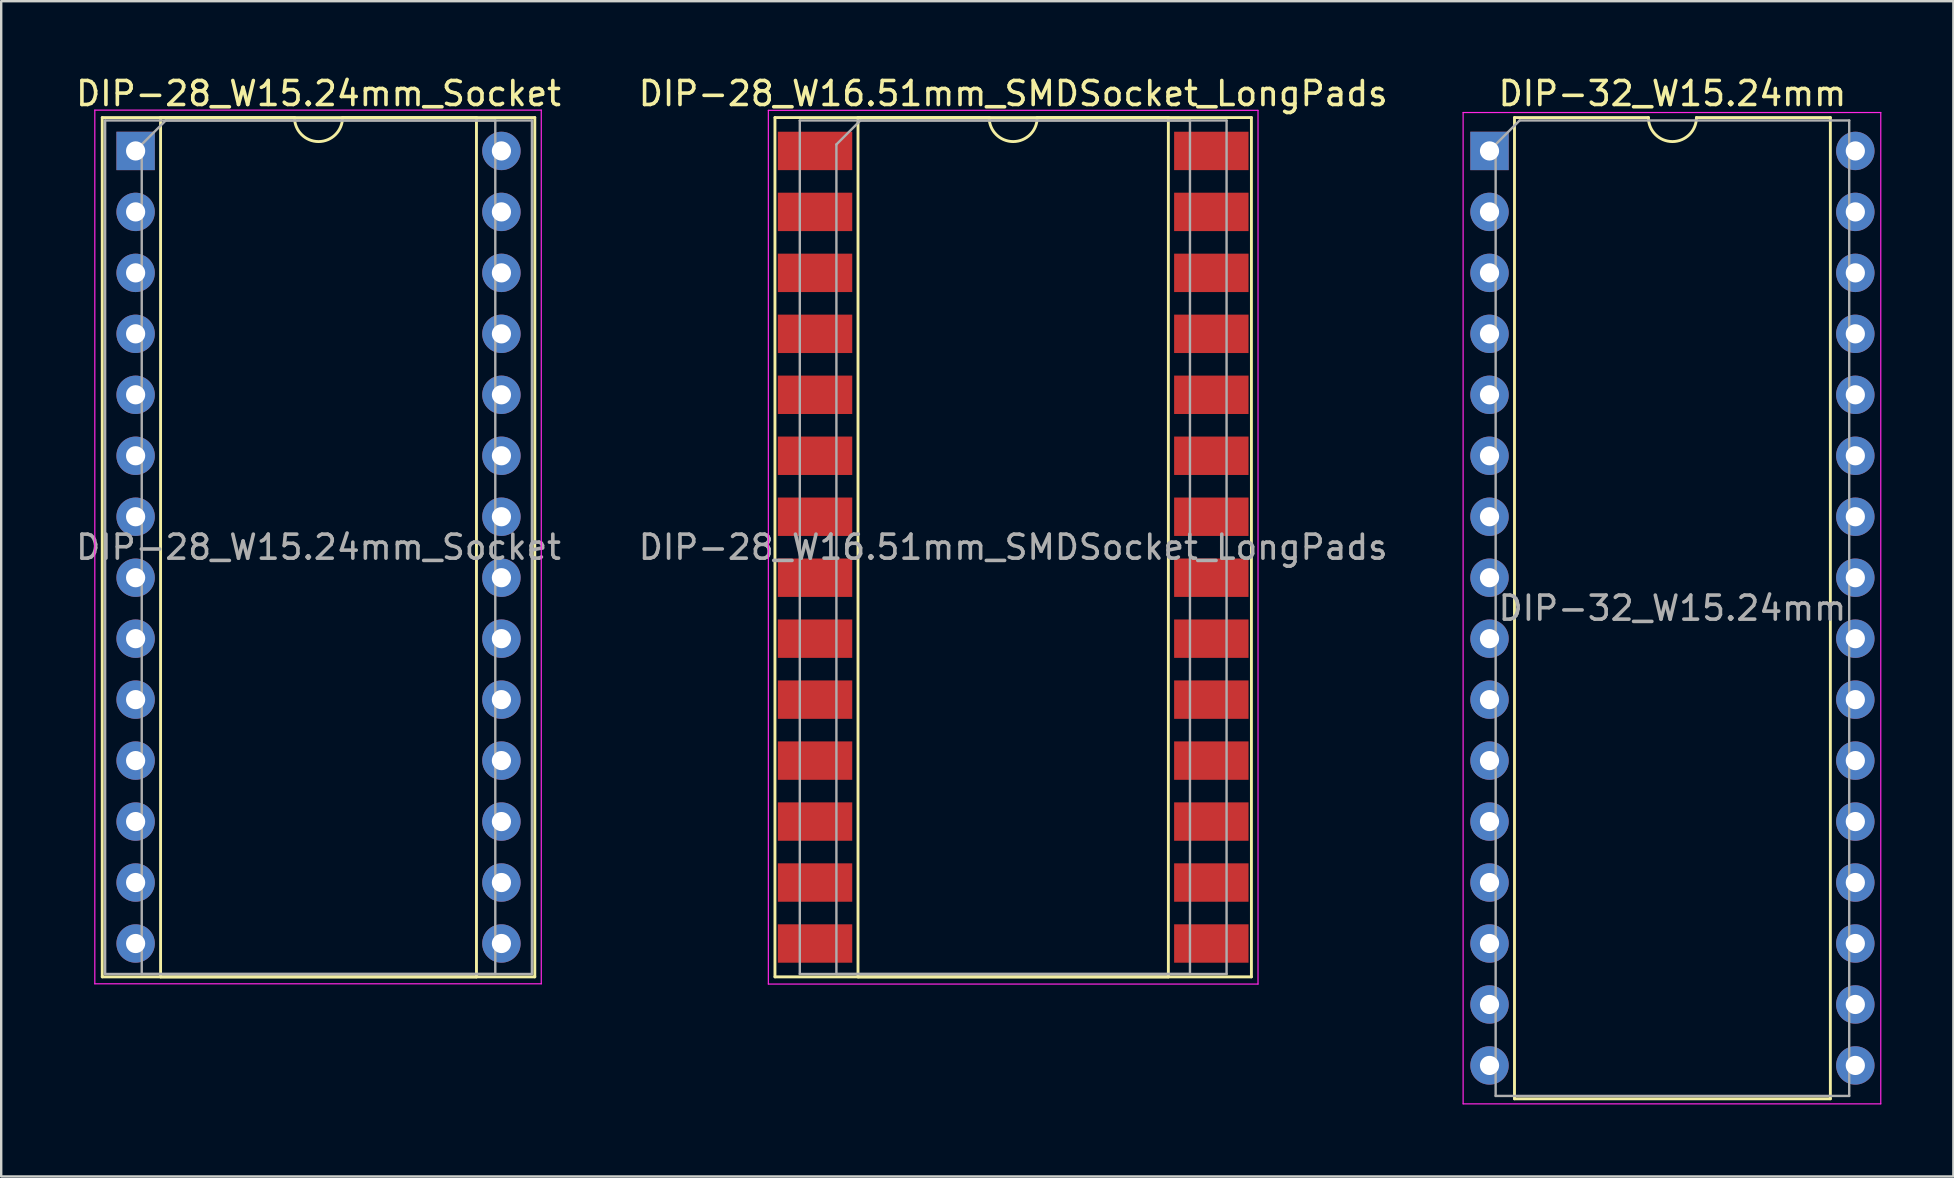
<source format=kicad_pcb>
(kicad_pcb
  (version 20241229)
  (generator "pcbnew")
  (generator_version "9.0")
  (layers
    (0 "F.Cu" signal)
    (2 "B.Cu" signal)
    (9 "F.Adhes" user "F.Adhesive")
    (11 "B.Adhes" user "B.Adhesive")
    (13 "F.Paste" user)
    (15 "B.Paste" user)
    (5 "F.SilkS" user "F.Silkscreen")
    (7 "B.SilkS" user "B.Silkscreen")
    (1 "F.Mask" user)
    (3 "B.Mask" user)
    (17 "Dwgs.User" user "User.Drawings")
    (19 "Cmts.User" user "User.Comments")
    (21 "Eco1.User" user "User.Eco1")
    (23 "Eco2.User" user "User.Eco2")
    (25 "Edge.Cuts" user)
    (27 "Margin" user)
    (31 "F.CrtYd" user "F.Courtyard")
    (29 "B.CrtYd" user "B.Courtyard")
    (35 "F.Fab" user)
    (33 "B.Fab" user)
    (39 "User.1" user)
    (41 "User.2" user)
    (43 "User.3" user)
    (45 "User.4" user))
  (footprint "DIP-28_W15.24mm_Socket"
    (layer "F.Cu")
    (at 2.6 3.238)
    (property "Reference" "DIP-28_W15.24mm_Socket" (at 7.62 -2.39 0) (layer "F.SilkS") (effects (font (size 1 1) (thickness 0.15))))
    (attr through_hole)
    (fp_line (start -1.39 -1.39) (end -1.39 34.41) (stroke (width 0.12) (type solid)) (layer "F.SilkS"))
    (fp_line (start -1.39 34.41) (end 16.63 34.41) (stroke (width 0.12) (type solid)) (layer "F.SilkS"))
    (fp_line (start 1.04 -1.39) (end 1.04 34.41) (stroke (width 0.12) (type solid)) (layer "F.SilkS"))
    (fp_line (start 1.04 34.41) (end 14.2 34.41) (stroke (width 0.12) (type solid)) (layer "F.SilkS"))
    (fp_line (start 6.62 -1.39) (end 1.04 -1.39) (stroke (width 0.12) (type solid)) (layer "F.SilkS"))
    (fp_line (start 14.2 -1.39) (end 8.62 -1.39) (stroke (width 0.12) (type solid)) (layer "F.SilkS"))
    (fp_line (start 14.2 34.41) (end 14.2 -1.39) (stroke (width 0.12) (type solid)) (layer "F.SilkS"))
    (fp_line (start 16.63 -1.39) (end -1.39 -1.39) (stroke (width 0.12) (type solid)) (layer "F.SilkS"))
    (fp_line (start 16.63 34.41) (end 16.63 -1.39) (stroke (width 0.12) (type solid)) (layer "F.SilkS"))
    (fp_arc (start 8.62 -1.39) (mid 7.62 -0.39) (end 6.62 -1.39) (stroke (width 0.12) (type solid)) (layer "F.SilkS"))
    (fp_line (start -1.7 -1.7) (end -1.7 34.7) (stroke (width 0.05) (type solid)) (layer "F.CrtYd"))
    (fp_line (start -1.7 34.7) (end 16.9 34.7) (stroke (width 0.05) (type solid)) (layer "F.CrtYd"))
    (fp_line (start 16.9 -1.7) (end -1.7 -1.7) (stroke (width 0.05) (type solid)) (layer "F.CrtYd"))
    (fp_line (start 16.9 34.7) (end 16.9 -1.7) (stroke (width 0.05) (type solid)) (layer "F.CrtYd"))
    (fp_line (start -1.27 -1.27) (end -1.27 34.29) (stroke (width 0.1) (type solid)) (layer "F.Fab"))
    (fp_line (start -1.27 34.29) (end 16.51 34.29) (stroke (width 0.1) (type solid)) (layer "F.Fab"))
    (fp_line (start 0.255 -0.27) (end 1.255 -1.27) (stroke (width 0.1) (type solid)) (layer "F.Fab"))
    (fp_line (start 0.255 34.29) (end 0.255 -0.27) (stroke (width 0.1) (type solid)) (layer "F.Fab"))
    (fp_line (start 1.255 -1.27) (end 14.985 -1.27) (stroke (width 0.1) (type solid)) (layer "F.Fab"))
    (fp_line (start 14.985 -1.27) (end 14.985 34.29) (stroke (width 0.1) (type solid)) (layer "F.Fab"))
    (fp_line (start 14.985 34.29) (end 0.255 34.29) (stroke (width 0.1) (type solid)) (layer "F.Fab"))
    (fp_line (start 16.51 -1.27) (end -1.27 -1.27) (stroke (width 0.1) (type solid)) (layer "F.Fab"))
    (fp_line (start 16.51 34.29) (end 16.51 -1.27) (stroke (width 0.1) (type solid)) (layer "F.Fab"))
    (fp_text user "${REFERENCE}" (at 7.62 16.51 0) (layer "F.Fab") (effects (font (size 1 1) (thickness 0.15))))
    (pad "1" thru_hole rect (at 0 0) (size 1.6 1.6) (drill 0.8) (layers "*.Cu" "*.Mask"))
    (pad "2" thru_hole oval (at 0 2.54) (size 1.6 1.6) (drill 0.8) (layers "*.Cu" "*.Mask"))
    (pad "3" thru_hole oval (at 0 5.08) (size 1.6 1.6) (drill 0.8) (layers "*.Cu" "*.Mask"))
    (pad "4" thru_hole oval (at 0 7.62) (size 1.6 1.6) (drill 0.8) (layers "*.Cu" "*.Mask"))
    (pad "5" thru_hole oval (at 0 10.16) (size 1.6 1.6) (drill 0.8) (layers "*.Cu" "*.Mask"))
    (pad "6" thru_hole oval (at 0 12.7) (size 1.6 1.6) (drill 0.8) (layers "*.Cu" "*.Mask"))
    (pad "7" thru_hole oval (at 0 15.24) (size 1.6 1.6) (drill 0.8) (layers "*.Cu" "*.Mask"))
    (pad "8" thru_hole oval (at 0 17.78) (size 1.6 1.6) (drill 0.8) (layers "*.Cu" "*.Mask"))
    (pad "9" thru_hole oval (at 0 20.32) (size 1.6 1.6) (drill 0.8) (layers "*.Cu" "*.Mask"))
    (pad "10" thru_hole oval (at 0 22.86) (size 1.6 1.6) (drill 0.8) (layers "*.Cu" "*.Mask"))
    (pad "11" thru_hole oval (at 0 25.4) (size 1.6 1.6) (drill 0.8) (layers "*.Cu" "*.Mask"))
    (pad "12" thru_hole oval (at 0 27.94) (size 1.6 1.6) (drill 0.8) (layers "*.Cu" "*.Mask"))
    (pad "13" thru_hole oval (at 0 30.48) (size 1.6 1.6) (drill 0.8) (layers "*.Cu" "*.Mask"))
    (pad "14" thru_hole oval (at 0 33.02) (size 1.6 1.6) (drill 0.8) (layers "*.Cu" "*.Mask"))
    (pad "15" thru_hole oval (at 15.24 33.02) (size 1.6 1.6) (drill 0.8) (layers "*.Cu" "*.Mask"))
    (pad "16" thru_hole oval (at 15.24 30.48) (size 1.6 1.6) (drill 0.8) (layers "*.Cu" "*.Mask"))
    (pad "17" thru_hole oval (at 15.24 27.94) (size 1.6 1.6) (drill 0.8) (layers "*.Cu" "*.Mask"))
    (pad "18" thru_hole oval (at 15.24 25.4) (size 1.6 1.6) (drill 0.8) (layers "*.Cu" "*.Mask"))
    (pad "19" thru_hole oval (at 15.24 22.86) (size 1.6 1.6) (drill 0.8) (layers "*.Cu" "*.Mask"))
    (pad "20" thru_hole oval (at 15.24 20.32) (size 1.6 1.6) (drill 0.8) (layers "*.Cu" "*.Mask"))
    (pad "21" thru_hole oval (at 15.24 17.78) (size 1.6 1.6) (drill 0.8) (layers "*.Cu" "*.Mask"))
    (pad "22" thru_hole oval (at 15.24 15.24) (size 1.6 1.6) (drill 0.8) (layers "*.Cu" "*.Mask"))
    (pad "23" thru_hole oval (at 15.24 12.7) (size 1.6 1.6) (drill 0.8) (layers "*.Cu" "*.Mask"))
    (pad "24" thru_hole oval (at 15.24 10.16) (size 1.6 1.6) (drill 0.8) (layers "*.Cu" "*.Mask"))
    (pad "25" thru_hole oval (at 15.24 7.62) (size 1.6 1.6) (drill 0.8) (layers "*.Cu" "*.Mask"))
    (pad "26" thru_hole oval (at 15.24 5.08) (size 1.6 1.6) (drill 0.8) (layers "*.Cu" "*.Mask"))
    (pad "27" thru_hole oval (at 15.24 2.54) (size 1.6 1.6) (drill 0.8) (layers "*.Cu" "*.Mask"))
    (pad "28" thru_hole oval (at 15.24 0) (size 1.6 1.6) (drill 0.8) (layers "*.Cu" "*.Mask")))
  (footprint "DIP-28_W16.51mm_SMDSocket_LongPads"
    (layer "F.Cu")
    (at 39.161 19.748)
    (property "Reference" "DIP-28_W16.51mm_SMDSocket_LongPads" (at 0 -18.9 0) (layer "F.SilkS") (effects (font (size 1 1) (thickness 0.15))))
    (attr smd)
    (fp_line (start -9.925 -17.9) (end -9.925 17.9) (stroke (width 0.12) (type solid)) (layer "F.SilkS"))
    (fp_line (start -9.925 17.9) (end 9.925 17.9) (stroke (width 0.12) (type solid)) (layer "F.SilkS"))
    (fp_line (start -6.465 -17.9) (end -6.465 17.9) (stroke (width 0.12) (type solid)) (layer "F.SilkS"))
    (fp_line (start -6.465 17.9) (end 6.465 17.9) (stroke (width 0.12) (type solid)) (layer "F.SilkS"))
    (fp_line (start -1 -17.9) (end -6.465 -17.9) (stroke (width 0.12) (type solid)) (layer "F.SilkS"))
    (fp_line (start 6.465 -17.9) (end 1 -17.9) (stroke (width 0.12) (type solid)) (layer "F.SilkS"))
    (fp_line (start 6.465 17.9) (end 6.465 -17.9) (stroke (width 0.12) (type solid)) (layer "F.SilkS"))
    (fp_line (start 9.925 -17.9) (end -9.925 -17.9) (stroke (width 0.12) (type solid)) (layer "F.SilkS"))
    (fp_line (start 9.925 17.9) (end 9.925 -17.9) (stroke (width 0.12) (type solid)) (layer "F.SilkS"))
    (fp_arc (start 1 -17.9) (mid 0 -16.9) (end -1 -17.9) (stroke (width 0.12) (type solid)) (layer "F.SilkS"))
    (fp_line (start -10.2 -18.2) (end -10.2 18.2) (stroke (width 0.05) (type solid)) (layer "F.CrtYd"))
    (fp_line (start -10.2 18.2) (end 10.2 18.2) (stroke (width 0.05) (type solid)) (layer "F.CrtYd"))
    (fp_line (start 10.2 -18.2) (end -10.2 -18.2) (stroke (width 0.05) (type solid)) (layer "F.CrtYd"))
    (fp_line (start 10.2 18.2) (end 10.2 -18.2) (stroke (width 0.05) (type solid)) (layer "F.CrtYd"))
    (fp_line (start -8.89 -17.78) (end -8.89 17.78) (stroke (width 0.1) (type solid)) (layer "F.Fab"))
    (fp_line (start -8.89 17.78) (end 8.89 17.78) (stroke (width 0.1) (type solid)) (layer "F.Fab"))
    (fp_line (start -7.365 -16.78) (end -6.365 -17.78) (stroke (width 0.1) (type solid)) (layer "F.Fab"))
    (fp_line (start -7.365 17.78) (end -7.365 -16.78) (stroke (width 0.1) (type solid)) (layer "F.Fab"))
    (fp_line (start -6.365 -17.78) (end 7.365 -17.78) (stroke (width 0.1) (type solid)) (layer "F.Fab"))
    (fp_line (start 7.365 -17.78) (end 7.365 17.78) (stroke (width 0.1) (type solid)) (layer "F.Fab"))
    (fp_line (start 7.365 17.78) (end -7.365 17.78) (stroke (width 0.1) (type solid)) (layer "F.Fab"))
    (fp_line (start 8.89 -17.78) (end -8.89 -17.78) (stroke (width 0.1) (type solid)) (layer "F.Fab"))
    (fp_line (start 8.89 17.78) (end 8.89 -17.78) (stroke (width 0.1) (type solid)) (layer "F.Fab"))
    (fp_text user "${REFERENCE}" (at 0 0 0) (layer "F.Fab") (effects (font (size 1 1) (thickness 0.15))))
    (pad "1" smd rect (at -8.255 -16.51) (size 3.1 1.6) (layers "F.Cu" "F.Mask" "F.Paste"))
    (pad "2" smd rect (at -8.255 -13.97) (size 3.1 1.6) (layers "F.Cu" "F.Mask" "F.Paste"))
    (pad "3" smd rect (at -8.255 -11.43) (size 3.1 1.6) (layers "F.Cu" "F.Mask" "F.Paste"))
    (pad "4" smd rect (at -8.255 -8.89) (size 3.1 1.6) (layers "F.Cu" "F.Mask" "F.Paste"))
    (pad "5" smd rect (at -8.255 -6.35) (size 3.1 1.6) (layers "F.Cu" "F.Mask" "F.Paste"))
    (pad "6" smd rect (at -8.255 -3.81) (size 3.1 1.6) (layers "F.Cu" "F.Mask" "F.Paste"))
    (pad "7" smd rect (at -8.255 -1.27) (size 3.1 1.6) (layers "F.Cu" "F.Mask" "F.Paste"))
    (pad "8" smd rect (at -8.255 1.27) (size 3.1 1.6) (layers "F.Cu" "F.Mask" "F.Paste"))
    (pad "9" smd rect (at -8.255 3.81) (size 3.1 1.6) (layers "F.Cu" "F.Mask" "F.Paste"))
    (pad "10" smd rect (at -8.255 6.35) (size 3.1 1.6) (layers "F.Cu" "F.Mask" "F.Paste"))
    (pad "11" smd rect (at -8.255 8.89) (size 3.1 1.6) (layers "F.Cu" "F.Mask" "F.Paste"))
    (pad "12" smd rect (at -8.255 11.43) (size 3.1 1.6) (layers "F.Cu" "F.Mask" "F.Paste"))
    (pad "13" smd rect (at -8.255 13.97) (size 3.1 1.6) (layers "F.Cu" "F.Mask" "F.Paste"))
    (pad "14" smd rect (at -8.255 16.51) (size 3.1 1.6) (layers "F.Cu" "F.Mask" "F.Paste"))
    (pad "15" smd rect (at 8.255 16.51) (size 3.1 1.6) (layers "F.Cu" "F.Mask" "F.Paste"))
    (pad "16" smd rect (at 8.255 13.97) (size 3.1 1.6) (layers "F.Cu" "F.Mask" "F.Paste"))
    (pad "17" smd rect (at 8.255 11.43) (size 3.1 1.6) (layers "F.Cu" "F.Mask" "F.Paste"))
    (pad "18" smd rect (at 8.255 8.89) (size 3.1 1.6) (layers "F.Cu" "F.Mask" "F.Paste"))
    (pad "19" smd rect (at 8.255 6.35) (size 3.1 1.6) (layers "F.Cu" "F.Mask" "F.Paste"))
    (pad "20" smd rect (at 8.255 3.81) (size 3.1 1.6) (layers "F.Cu" "F.Mask" "F.Paste"))
    (pad "21" smd rect (at 8.255 1.27) (size 3.1 1.6) (layers "F.Cu" "F.Mask" "F.Paste"))
    (pad "22" smd rect (at 8.255 -1.27) (size 3.1 1.6) (layers "F.Cu" "F.Mask" "F.Paste"))
    (pad "23" smd rect (at 8.255 -3.81) (size 3.1 1.6) (layers "F.Cu" "F.Mask" "F.Paste"))
    (pad "24" smd rect (at 8.255 -6.35) (size 3.1 1.6) (layers "F.Cu" "F.Mask" "F.Paste"))
    (pad "25" smd rect (at 8.255 -8.89) (size 3.1 1.6) (layers "F.Cu" "F.Mask" "F.Paste"))
    (pad "26" smd rect (at 8.255 -11.43) (size 3.1 1.6) (layers "F.Cu" "F.Mask" "F.Paste"))
    (pad "27" smd rect (at 8.255 -13.97) (size 3.1 1.6) (layers "F.Cu" "F.Mask" "F.Paste"))
    (pad "28" smd rect (at 8.255 -16.51) (size 3.1 1.6) (layers "F.Cu" "F.Mask" "F.Paste")))
  (footprint "DIP-32_W15.24mm"
    (layer "F.Cu")
    (at 59.006 3.238)
    (property "Reference" "DIP-32_W15.24mm" (at 7.62 -2.39 0) (layer "F.SilkS") (effects (font (size 1 1) (thickness 0.15))))
    (attr through_hole)
    (fp_line (start 1.04 -1.39) (end 1.04 39.49) (stroke (width 0.12) (type solid)) (layer "F.SilkS"))
    (fp_line (start 1.04 39.49) (end 14.2 39.49) (stroke (width 0.12) (type solid)) (layer "F.SilkS"))
    (fp_line (start 6.62 -1.39) (end 1.04 -1.39) (stroke (width 0.12) (type solid)) (layer "F.SilkS"))
    (fp_line (start 14.2 -1.39) (end 8.62 -1.39) (stroke (width 0.12) (type solid)) (layer "F.SilkS"))
    (fp_line (start 14.2 39.49) (end 14.2 -1.39) (stroke (width 0.12) (type solid)) (layer "F.SilkS"))
    (fp_arc (start 8.62 -1.39) (mid 7.62 -0.39) (end 6.62 -1.39) (stroke (width 0.12) (type solid)) (layer "F.SilkS"))
    (fp_line (start -1.1 -1.6) (end -1.1 39.7) (stroke (width 0.05) (type solid)) (layer "F.CrtYd"))
    (fp_line (start -1.1 39.7) (end 16.3 39.7) (stroke (width 0.05) (type solid)) (layer "F.CrtYd"))
    (fp_line (start 16.3 -1.6) (end -1.1 -1.6) (stroke (width 0.05) (type solid)) (layer "F.CrtYd"))
    (fp_line (start 16.3 39.7) (end 16.3 -1.6) (stroke (width 0.05) (type solid)) (layer "F.CrtYd"))
    (fp_line (start 0.255 -0.27) (end 1.255 -1.27) (stroke (width 0.1) (type solid)) (layer "F.Fab"))
    (fp_line (start 0.255 39.37) (end 0.255 -0.27) (stroke (width 0.1) (type solid)) (layer "F.Fab"))
    (fp_line (start 1.255 -1.27) (end 14.985 -1.27) (stroke (width 0.1) (type solid)) (layer "F.Fab"))
    (fp_line (start 14.985 -1.27) (end 14.985 39.37) (stroke (width 0.1) (type solid)) (layer "F.Fab"))
    (fp_line (start 14.985 39.37) (end 0.255 39.37) (stroke (width 0.1) (type solid)) (layer "F.Fab"))
    (fp_text user "${REFERENCE}" (at 7.62 19.05 0) (layer "F.Fab") (effects (font (size 1 1) (thickness 0.15))))
    (pad "1" thru_hole rect (at 0 0) (size 1.6 1.6) (drill 0.8) (layers "*.Cu" "*.Mask"))
    (pad "2" thru_hole oval (at 0 2.54) (size 1.6 1.6) (drill 0.8) (layers "*.Cu" "*.Mask"))
    (pad "3" thru_hole oval (at 0 5.08) (size 1.6 1.6) (drill 0.8) (layers "*.Cu" "*.Mask"))
    (pad "4" thru_hole oval (at 0 7.62) (size 1.6 1.6) (drill 0.8) (layers "*.Cu" "*.Mask"))
    (pad "5" thru_hole oval (at 0 10.16) (size 1.6 1.6) (drill 0.8) (layers "*.Cu" "*.Mask"))
    (pad "6" thru_hole oval (at 0 12.7) (size 1.6 1.6) (drill 0.8) (layers "*.Cu" "*.Mask"))
    (pad "7" thru_hole oval (at 0 15.24) (size 1.6 1.6) (drill 0.8) (layers "*.Cu" "*.Mask"))
    (pad "8" thru_hole oval (at 0 17.78) (size 1.6 1.6) (drill 0.8) (layers "*.Cu" "*.Mask"))
    (pad "9" thru_hole oval (at 0 20.32) (size 1.6 1.6) (drill 0.8) (layers "*.Cu" "*.Mask"))
    (pad "10" thru_hole oval (at 0 22.86) (size 1.6 1.6) (drill 0.8) (layers "*.Cu" "*.Mask"))
    (pad "11" thru_hole oval (at 0 25.4) (size 1.6 1.6) (drill 0.8) (layers "*.Cu" "*.Mask"))
    (pad "12" thru_hole oval (at 0 27.94) (size 1.6 1.6) (drill 0.8) (layers "*.Cu" "*.Mask"))
    (pad "13" thru_hole oval (at 0 30.48) (size 1.6 1.6) (drill 0.8) (layers "*.Cu" "*.Mask"))
    (pad "14" thru_hole oval (at 0 33.02) (size 1.6 1.6) (drill 0.8) (layers "*.Cu" "*.Mask"))
    (pad "15" thru_hole oval (at 0 35.56) (size 1.6 1.6) (drill 0.8) (layers "*.Cu" "*.Mask"))
    (pad "16" thru_hole oval (at 0 38.1) (size 1.6 1.6) (drill 0.8) (layers "*.Cu" "*.Mask"))
    (pad "17" thru_hole oval (at 15.24 38.1) (size 1.6 1.6) (drill 0.8) (layers "*.Cu" "*.Mask"))
    (pad "18" thru_hole oval (at 15.24 35.56) (size 1.6 1.6) (drill 0.8) (layers "*.Cu" "*.Mask"))
    (pad "19" thru_hole oval (at 15.24 33.02) (size 1.6 1.6) (drill 0.8) (layers "*.Cu" "*.Mask"))
    (pad "20" thru_hole oval (at 15.24 30.48) (size 1.6 1.6) (drill 0.8) (layers "*.Cu" "*.Mask"))
    (pad "21" thru_hole oval (at 15.24 27.94) (size 1.6 1.6) (drill 0.8) (layers "*.Cu" "*.Mask"))
    (pad "22" thru_hole oval (at 15.24 25.4) (size 1.6 1.6) (drill 0.8) (layers "*.Cu" "*.Mask"))
    (pad "23" thru_hole oval (at 15.24 22.86) (size 1.6 1.6) (drill 0.8) (layers "*.Cu" "*.Mask"))
    (pad "24" thru_hole oval (at 15.24 20.32) (size 1.6 1.6) (drill 0.8) (layers "*.Cu" "*.Mask"))
    (pad "25" thru_hole oval (at 15.24 17.78) (size 1.6 1.6) (drill 0.8) (layers "*.Cu" "*.Mask"))
    (pad "26" thru_hole oval (at 15.24 15.24) (size 1.6 1.6) (drill 0.8) (layers "*.Cu" "*.Mask"))
    (pad "27" thru_hole oval (at 15.24 12.7) (size 1.6 1.6) (drill 0.8) (layers "*.Cu" "*.Mask"))
    (pad "28" thru_hole oval (at 15.24 10.16) (size 1.6 1.6) (drill 0.8) (layers "*.Cu" "*.Mask"))
    (pad "29" thru_hole oval (at 15.24 7.62) (size 1.6 1.6) (drill 0.8) (layers "*.Cu" "*.Mask"))
    (pad "30" thru_hole oval (at 15.24 5.08) (size 1.6 1.6) (drill 0.8) (layers "*.Cu" "*.Mask"))
    (pad "31" thru_hole oval (at 15.24 2.54) (size 1.6 1.6) (drill 0.8) (layers "*.Cu" "*.Mask"))
    (pad "32" thru_hole oval (at 15.24 0) (size 1.6 1.6) (drill 0.8) (layers "*.Cu" "*.Mask")))
  (gr_rect
    (start -3 -3)
    (end 78.331 45.963)
    (stroke (width 0.1) (type default))
    (fill no)
    (layer "Edge.Cuts")))
</source>
